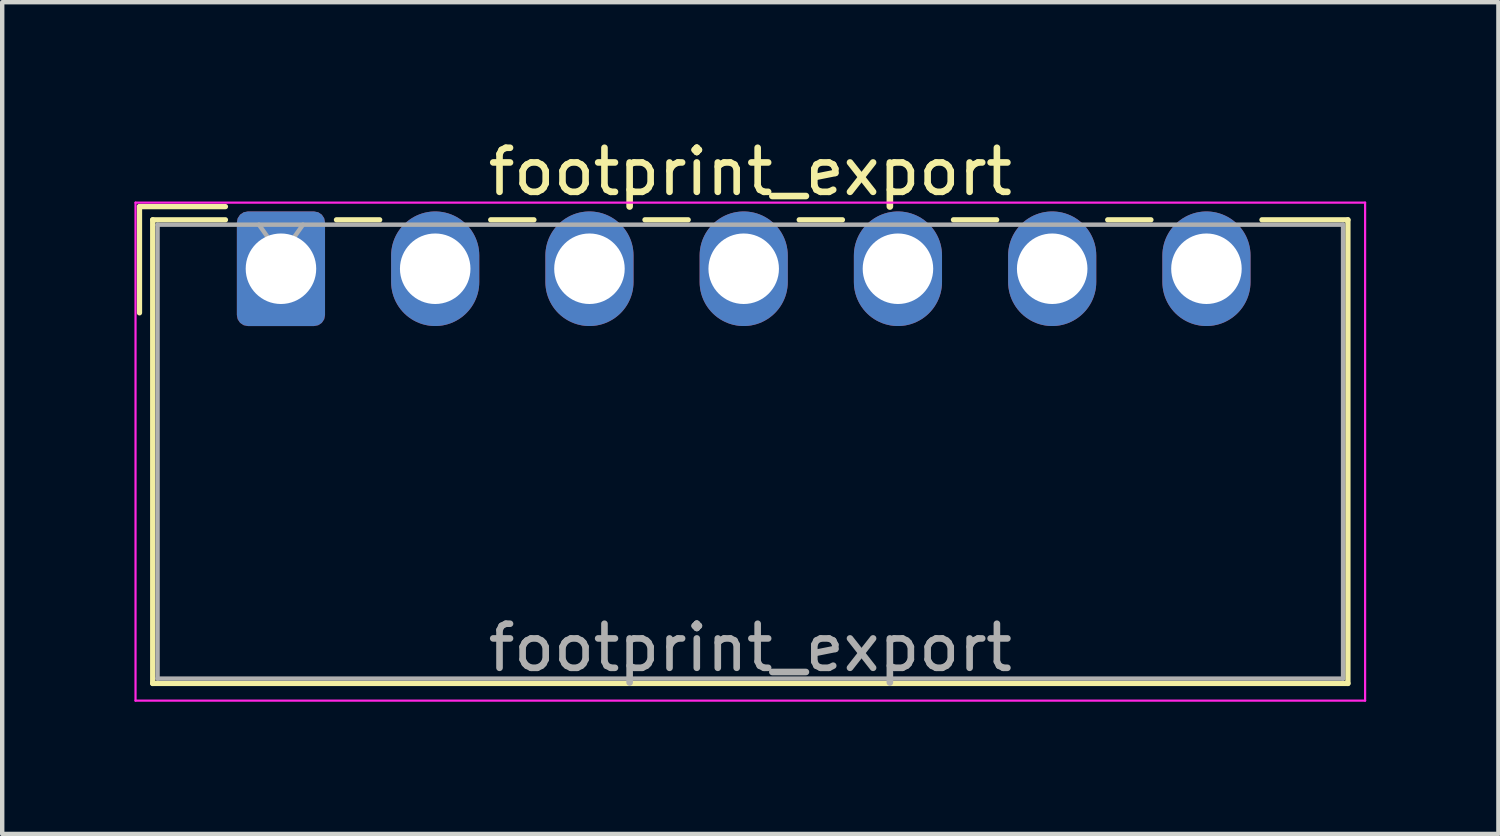
<source format=kicad_pcb>
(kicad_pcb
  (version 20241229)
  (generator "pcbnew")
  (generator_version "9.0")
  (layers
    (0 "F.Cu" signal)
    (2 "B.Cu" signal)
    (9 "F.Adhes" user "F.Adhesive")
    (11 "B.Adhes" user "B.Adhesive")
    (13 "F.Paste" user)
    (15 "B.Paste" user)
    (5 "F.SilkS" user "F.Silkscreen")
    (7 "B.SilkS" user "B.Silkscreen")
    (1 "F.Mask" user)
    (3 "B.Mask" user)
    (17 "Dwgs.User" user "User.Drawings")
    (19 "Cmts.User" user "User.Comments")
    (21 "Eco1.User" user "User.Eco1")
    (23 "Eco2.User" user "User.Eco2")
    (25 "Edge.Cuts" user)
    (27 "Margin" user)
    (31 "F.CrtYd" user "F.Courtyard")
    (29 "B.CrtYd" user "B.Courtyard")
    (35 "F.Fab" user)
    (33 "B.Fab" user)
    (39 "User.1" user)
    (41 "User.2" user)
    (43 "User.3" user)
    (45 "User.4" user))
  (footprint "footprint_export"
    (layer "F.Cu")
    (at 3.325 3.048)
    (property "Reference" "footprint_export" (at 10.65 -2.2 0) (layer "F.SilkS") (effects (font (size 1 1) (thickness 0.15))))
    (attr through_hole)
    (fp_line (start -3.21 -1.41) (end -1.26 -1.41) (stroke (width 0.12) (type solid)) (layer "F.SilkS"))
    (fp_line (start -3.21 1) (end -3.21 -1.41) (stroke (width 0.12) (type solid)) (layer "F.SilkS"))
    (fp_line (start -2.91 -1.11) (end -2.91 9.41) (stroke (width 0.12) (type solid)) (layer "F.SilkS"))
    (fp_line (start -2.91 9.41) (end 24.21 9.41) (stroke (width 0.12) (type solid)) (layer "F.SilkS"))
    (fp_line (start -1.26 -1.11) (end -2.91 -1.11) (stroke (width 0.12) (type solid)) (layer "F.SilkS"))
    (fp_line (start 1.26 -1.11) (end 2.24 -1.11) (stroke (width 0.12) (type solid)) (layer "F.SilkS"))
    (fp_line (start 4.76 -1.11) (end 5.74 -1.11) (stroke (width 0.12) (type solid)) (layer "F.SilkS"))
    (fp_line (start 8.26 -1.11) (end 9.24 -1.11) (stroke (width 0.12) (type solid)) (layer "F.SilkS"))
    (fp_line (start 11.76 -1.11) (end 12.74 -1.11) (stroke (width 0.12) (type solid)) (layer "F.SilkS"))
    (fp_line (start 15.26 -1.11) (end 16.24 -1.11) (stroke (width 0.12) (type solid)) (layer "F.SilkS"))
    (fp_line (start 18.76 -1.11) (end 19.74 -1.11) (stroke (width 0.12) (type solid)) (layer "F.SilkS"))
    (fp_line (start 24.21 -1.11) (end 22.26 -1.11) (stroke (width 0.12) (type solid)) (layer "F.SilkS"))
    (fp_line (start 24.21 9.41) (end 24.21 -1.11) (stroke (width 0.12) (type solid)) (layer "F.SilkS"))
    (fp_line (start -3.3 -1.5) (end -3.3 9.8) (stroke (width 0.05) (type solid)) (layer "F.CrtYd"))
    (fp_line (start -3.3 9.8) (end 24.6 9.8) (stroke (width 0.05) (type solid)) (layer "F.CrtYd"))
    (fp_line (start 24.6 -1.5) (end -3.3 -1.5) (stroke (width 0.05) (type solid)) (layer "F.CrtYd"))
    (fp_line (start 24.6 9.8) (end 24.6 -1.5) (stroke (width 0.05) (type solid)) (layer "F.CrtYd"))
    (fp_line (start -2.8 -1) (end -2.8 9.3) (stroke (width 0.1) (type solid)) (layer "F.Fab"))
    (fp_line (start -2.8 9.3) (end 24.1 9.3) (stroke (width 0.1) (type solid)) (layer "F.Fab"))
    (fp_line (start -0.5 -1) (end 0 -0.293) (stroke (width 0.1) (type solid)) (layer "F.Fab"))
    (fp_line (start 0 -0.293) (end 0.5 -1) (stroke (width 0.1) (type solid)) (layer "F.Fab"))
    (fp_line (start 24.1 -1) (end -2.8 -1) (stroke (width 0.1) (type solid)) (layer "F.Fab"))
    (fp_line (start 24.1 9.3) (end 24.1 -1) (stroke (width 0.1) (type solid)) (layer "F.Fab"))
    (fp_text user "${REFERENCE}" (at 10.65 8.6 0) (layer "F.Fab") (effects (font (size 1 1) (thickness 0.15))))
    (pad "1" thru_hole roundrect (at 0 0) (size 2 2.6) (drill 1.6) (layers "*.Cu" "*.Mask") (roundrect_rratio 0.125))
    (pad "2" thru_hole oval (at 3.5 0) (size 2 2.6) (drill 1.6) (layers "*.Cu" "*.Mask"))
    (pad "3" thru_hole oval (at 7 0) (size 2 2.6) (drill 1.6) (layers "*.Cu" "*.Mask"))
    (pad "4" thru_hole oval (at 10.5 0) (size 2 2.6) (drill 1.6) (layers "*.Cu" "*.Mask"))
    (pad "5" thru_hole oval (at 14 0) (size 2 2.6) (drill 1.6) (layers "*.Cu" "*.Mask"))
    (pad "6" thru_hole oval (at 17.5 0) (size 2 2.6) (drill 1.6) (layers "*.Cu" "*.Mask"))
    (pad "7" thru_hole oval (at 21 0) (size 2 2.6) (drill 1.6) (layers "*.Cu" "*.Mask")))
  (gr_rect
    (start -3 -3)
    (end 30.95 15.873)
    (stroke (width 0.1) (type default))
    (fill no)
    (layer "Edge.Cuts")))
</source>
